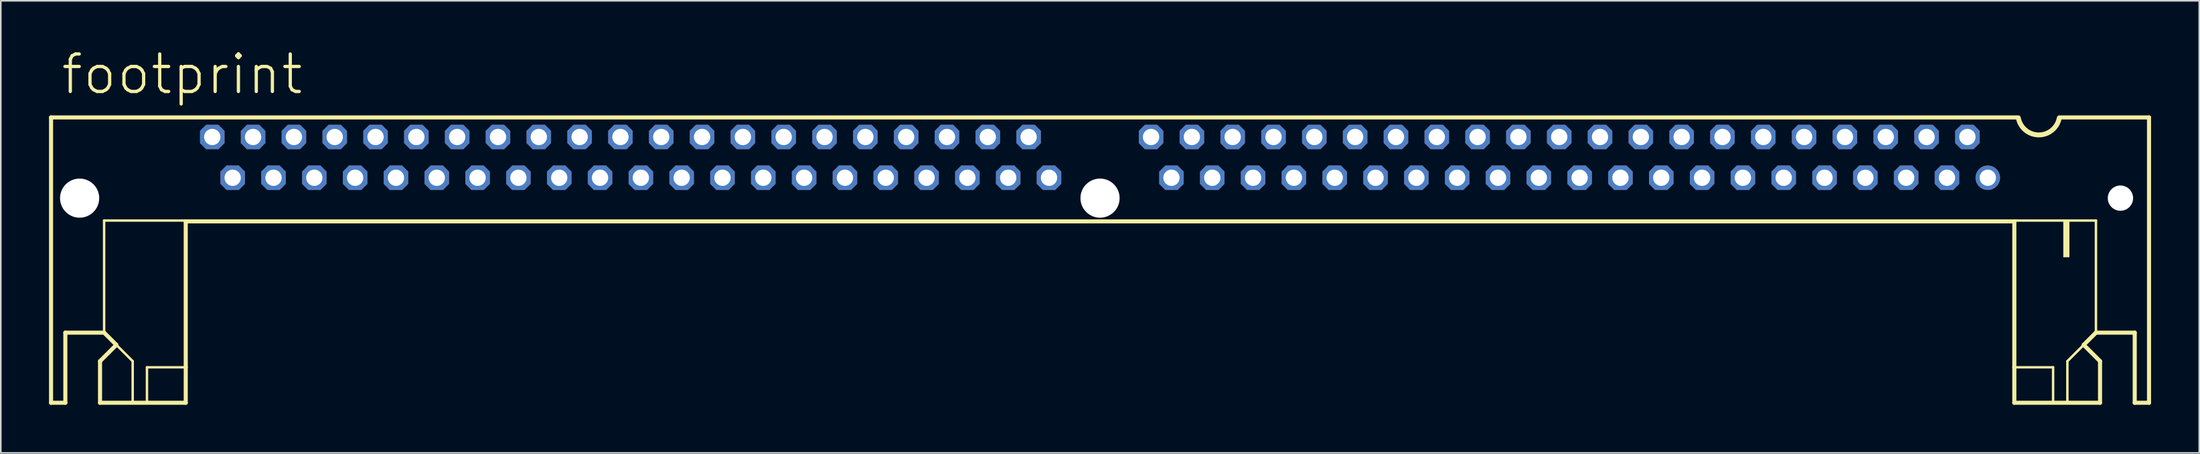
<source format=kicad_pcb>
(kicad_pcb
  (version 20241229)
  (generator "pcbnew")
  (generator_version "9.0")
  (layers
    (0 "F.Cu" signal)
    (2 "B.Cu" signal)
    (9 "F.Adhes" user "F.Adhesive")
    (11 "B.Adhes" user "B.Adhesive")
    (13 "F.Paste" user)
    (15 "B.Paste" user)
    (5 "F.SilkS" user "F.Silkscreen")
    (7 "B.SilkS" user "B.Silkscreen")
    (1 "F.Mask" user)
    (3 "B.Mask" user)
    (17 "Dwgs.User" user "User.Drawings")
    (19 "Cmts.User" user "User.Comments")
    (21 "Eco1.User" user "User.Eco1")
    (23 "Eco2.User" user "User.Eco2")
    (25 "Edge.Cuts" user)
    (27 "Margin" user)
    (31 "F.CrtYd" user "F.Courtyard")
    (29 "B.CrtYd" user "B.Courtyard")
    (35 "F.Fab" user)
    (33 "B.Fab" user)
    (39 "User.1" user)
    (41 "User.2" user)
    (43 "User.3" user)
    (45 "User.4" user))
  (footprint "footprint"
    (layer "F.Cu")
    (at 65.405 6.756)
    (property "Reference" "footprint" (at -64.77 -3.81 0) (layer "F.SilkS") (effects (font (size 2.337 2.337) (thickness 0.203)) (justify left bottom)))
    (fp_line (start -65.278 -2.489) (end 57.15 -2.489) (stroke (width 0.254) (type solid)) (layer "F.SilkS"))
    (fp_line (start -65.278 15.291) (end -65.278 -2.489) (stroke (width 0.254) (type solid)) (layer "F.SilkS"))
    (fp_line (start -64.389 10.922) (end -64.389 15.291) (stroke (width 0.254) (type solid)) (layer "F.SilkS"))
    (fp_line (start -64.389 15.291) (end -65.278 15.291) (stroke (width 0.254) (type solid)) (layer "F.SilkS"))
    (fp_line (start -62.23 12.7) (end -61.214 11.684) (stroke (width 0.254) (type solid)) (layer "F.SilkS"))
    (fp_line (start -62.23 15.291) (end -62.23 12.7) (stroke (width 0.254) (type solid)) (layer "F.SilkS"))
    (fp_line (start -61.976 3.937) (end -61.976 10.922) (stroke (width 0.152) (type solid)) (layer "F.SilkS"))
    (fp_line (start -61.976 10.922) (end -64.389 10.922) (stroke (width 0.254) (type solid)) (layer "F.SilkS"))
    (fp_line (start -61.214 11.684) (end -61.976 10.922) (stroke (width 0.254) (type solid)) (layer "F.SilkS"))
    (fp_line (start -61.214 11.684) (end -60.198 12.7) (stroke (width 0.152) (type solid)) (layer "F.SilkS"))
    (fp_line (start -60.198 12.7) (end -60.198 15.24) (stroke (width 0.152) (type solid)) (layer "F.SilkS"))
    (fp_line (start -59.309 13.081) (end -59.309 15.24) (stroke (width 0.152) (type solid)) (layer "F.SilkS"))
    (fp_line (start -59.309 13.081) (end -56.896 13.081) (stroke (width 0.152) (type solid)) (layer "F.SilkS"))
    (fp_line (start -56.896 3.937) (end -61.976 3.937) (stroke (width 0.152) (type solid)) (layer "F.SilkS"))
    (fp_line (start -56.896 3.988) (end -56.896 13.081) (stroke (width 0.254) (type solid)) (layer "F.SilkS"))
    (fp_line (start -56.896 13.081) (end -56.896 15.291) (stroke (width 0.254) (type solid)) (layer "F.SilkS"))
    (fp_line (start -56.896 15.291) (end -62.23 15.291) (stroke (width 0.254) (type solid)) (layer "F.SilkS"))
    (fp_line (start 56.896 3.937) (end 61.976 3.937) (stroke (width 0.152) (type solid)) (layer "F.SilkS"))
    (fp_line (start 56.896 3.988) (end -56.896 3.988) (stroke (width 0.254) (type solid)) (layer "F.SilkS"))
    (fp_line (start 56.896 3.988) (end 56.896 13.081) (stroke (width 0.254) (type solid)) (layer "F.SilkS"))
    (fp_line (start 56.896 13.081) (end 56.896 15.291) (stroke (width 0.254) (type solid)) (layer "F.SilkS"))
    (fp_line (start 56.896 15.291) (end 62.23 15.291) (stroke (width 0.254) (type solid)) (layer "F.SilkS"))
    (fp_line (start 59.309 13.081) (end 56.896 13.081) (stroke (width 0.152) (type solid)) (layer "F.SilkS"))
    (fp_line (start 59.309 13.081) (end 59.309 15.24) (stroke (width 0.152) (type solid)) (layer "F.SilkS"))
    (fp_line (start 59.69 -2.489) (end 65.278 -2.489) (stroke (width 0.254) (type solid)) (layer "F.SilkS"))
    (fp_line (start 60.198 12.7) (end 60.198 15.24) (stroke (width 0.152) (type solid)) (layer "F.SilkS"))
    (fp_line (start 61.214 11.684) (end 60.198 12.7) (stroke (width 0.152) (type solid)) (layer "F.SilkS"))
    (fp_line (start 61.214 11.684) (end 61.976 10.922) (stroke (width 0.254) (type solid)) (layer "F.SilkS"))
    (fp_line (start 61.976 3.937) (end 61.976 10.922) (stroke (width 0.152) (type solid)) (layer "F.SilkS"))
    (fp_line (start 61.976 10.922) (end 64.389 10.922) (stroke (width 0.254) (type solid)) (layer "F.SilkS"))
    (fp_line (start 62.23 12.7) (end 61.214 11.684) (stroke (width 0.254) (type solid)) (layer "F.SilkS"))
    (fp_line (start 62.23 15.291) (end 62.23 12.7) (stroke (width 0.254) (type solid)) (layer "F.SilkS"))
    (fp_line (start 64.389 10.922) (end 64.389 15.291) (stroke (width 0.254) (type solid)) (layer "F.SilkS"))
    (fp_line (start 64.389 15.291) (end 65.278 15.291) (stroke (width 0.254) (type solid)) (layer "F.SilkS"))
    (fp_line (start 65.278 15.291) (end 65.278 -2.489) (stroke (width 0.254) (type solid)) (layer "F.SilkS"))
    (fp_arc (start 59.69 -2.44) (mid 58.42 -1.398849) (end 57.15 -2.44) (stroke (width 0.3048) (type solid)) (layer "F.SilkS"))
    (fp_poly (pts (xy 59.944 6.223) (xy 60.325 6.223) (xy 60.325 3.937) (xy 59.944 3.937)) (stroke (width 0) (type solid)) (fill yes) (layer "F.SilkS"))
    (pad "" np_thru_hole circle (at -63.5 2.54) (size 2.438 2.438) (drill 2.438) (layers "*.Cu" "*.Mask"))
    (pad "" np_thru_hole circle (at 0 2.54) (size 2.438 2.438) (drill 2.438) (layers "*.Cu" "*.Mask"))
    (pad "" np_thru_hole circle (at 63.5 2.54) (size 1.575 1.575) (drill 1.575) (layers "*.Cu" "*.Mask"))
    (pad "1" thru_hole circle (at 55.245 1.27) (size 1.524 1.524) (drill 1.016) (layers "*.Cu" "*.Mask"))
    (pad "2" thru_hole roundrect (at 53.975 -1.27) (size 1.524 1.524) (drill 1.016) (layers "*.Cu" "*.Mask") (roundrect_rratio 0.25) (chamfer_ratio 0.25) (chamfer top_left top_right bottom_left bottom_right))
    (pad "3" thru_hole roundrect (at 52.705 1.27) (size 1.524 1.524) (drill 1.016) (layers "*.Cu" "*.Mask") (roundrect_rratio 0.25) (chamfer_ratio 0.25) (chamfer top_left top_right bottom_left bottom_right))
    (pad "4" thru_hole roundrect (at 51.435 -1.27) (size 1.524 1.524) (drill 1.016) (layers "*.Cu" "*.Mask") (roundrect_rratio 0.25) (chamfer_ratio 0.25) (chamfer top_left top_right bottom_left bottom_right))
    (pad "5" thru_hole roundrect (at 50.165 1.27) (size 1.524 1.524) (drill 1.016) (layers "*.Cu" "*.Mask") (roundrect_rratio 0.25) (chamfer_ratio 0.25) (chamfer top_left top_right bottom_left bottom_right))
    (pad "6" thru_hole roundrect (at 48.895 -1.27) (size 1.524 1.524) (drill 1.016) (layers "*.Cu" "*.Mask") (roundrect_rratio 0.25) (chamfer_ratio 0.25) (chamfer top_left top_right bottom_left bottom_right))
    (pad "7" thru_hole roundrect (at 47.625 1.27) (size 1.524 1.524) (drill 1.016) (layers "*.Cu" "*.Mask") (roundrect_rratio 0.25) (chamfer_ratio 0.25) (chamfer top_left top_right bottom_left bottom_right))
    (pad "8" thru_hole roundrect (at 46.355 -1.27) (size 1.524 1.524) (drill 1.016) (layers "*.Cu" "*.Mask") (roundrect_rratio 0.25) (chamfer_ratio 0.25) (chamfer top_left top_right bottom_left bottom_right))
    (pad "9" thru_hole roundrect (at 45.085 1.27) (size 1.524 1.524) (drill 1.016) (layers "*.Cu" "*.Mask") (roundrect_rratio 0.25) (chamfer_ratio 0.25) (chamfer top_left top_right bottom_left bottom_right))
    (pad "10" thru_hole roundrect (at 43.815 -1.27) (size 1.524 1.524) (drill 1.016) (layers "*.Cu" "*.Mask") (roundrect_rratio 0.25) (chamfer_ratio 0.25) (chamfer top_left top_right bottom_left bottom_right))
    (pad "11" thru_hole roundrect (at 42.545 1.27) (size 1.524 1.524) (drill 1.016) (layers "*.Cu" "*.Mask") (roundrect_rratio 0.25) (chamfer_ratio 0.25) (chamfer top_left top_right bottom_left bottom_right))
    (pad "12" thru_hole roundrect (at 41.275 -1.27) (size 1.524 1.524) (drill 1.016) (layers "*.Cu" "*.Mask") (roundrect_rratio 0.25) (chamfer_ratio 0.25) (chamfer top_left top_right bottom_left bottom_right))
    (pad "13" thru_hole roundrect (at 40.005 1.27) (size 1.524 1.524) (drill 1.016) (layers "*.Cu" "*.Mask") (roundrect_rratio 0.25) (chamfer_ratio 0.25) (chamfer top_left top_right bottom_left bottom_right))
    (pad "14" thru_hole roundrect (at 38.735 -1.27) (size 1.524 1.524) (drill 1.016) (layers "*.Cu" "*.Mask") (roundrect_rratio 0.25) (chamfer_ratio 0.25) (chamfer top_left top_right bottom_left bottom_right))
    (pad "15" thru_hole roundrect (at 37.465 1.27) (size 1.524 1.524) (drill 1.016) (layers "*.Cu" "*.Mask") (roundrect_rratio 0.25) (chamfer_ratio 0.25) (chamfer top_left top_right bottom_left bottom_right))
    (pad "16" thru_hole roundrect (at 36.195 -1.27) (size 1.524 1.524) (drill 1.016) (layers "*.Cu" "*.Mask") (roundrect_rratio 0.25) (chamfer_ratio 0.25) (chamfer top_left top_right bottom_left bottom_right))
    (pad "17" thru_hole roundrect (at 34.925 1.27) (size 1.524 1.524) (drill 1.016) (layers "*.Cu" "*.Mask") (roundrect_rratio 0.25) (chamfer_ratio 0.25) (chamfer top_left top_right bottom_left bottom_right))
    (pad "18" thru_hole roundrect (at 33.655 -1.27) (size 1.524 1.524) (drill 1.016) (layers "*.Cu" "*.Mask") (roundrect_rratio 0.25) (chamfer_ratio 0.25) (chamfer top_left top_right bottom_left bottom_right))
    (pad "19" thru_hole roundrect (at 32.385 1.27) (size 1.524 1.524) (drill 1.016) (layers "*.Cu" "*.Mask") (roundrect_rratio 0.25) (chamfer_ratio 0.25) (chamfer top_left top_right bottom_left bottom_right))
    (pad "20" thru_hole roundrect (at 31.115 -1.27) (size 1.524 1.524) (drill 1.016) (layers "*.Cu" "*.Mask") (roundrect_rratio 0.25) (chamfer_ratio 0.25) (chamfer top_left top_right bottom_left bottom_right))
    (pad "21" thru_hole roundrect (at 29.845 1.27) (size 1.524 1.524) (drill 1.016) (layers "*.Cu" "*.Mask") (roundrect_rratio 0.25) (chamfer_ratio 0.25) (chamfer top_left top_right bottom_left bottom_right))
    (pad "22" thru_hole roundrect (at 28.575 -1.27) (size 1.524 1.524) (drill 1.016) (layers "*.Cu" "*.Mask") (roundrect_rratio 0.25) (chamfer_ratio 0.25) (chamfer top_left top_right bottom_left bottom_right))
    (pad "23" thru_hole roundrect (at 27.305 1.27) (size 1.524 1.524) (drill 1.016) (layers "*.Cu" "*.Mask") (roundrect_rratio 0.25) (chamfer_ratio 0.25) (chamfer top_left top_right bottom_left bottom_right))
    (pad "24" thru_hole roundrect (at 26.035 -1.27) (size 1.524 1.524) (drill 1.016) (layers "*.Cu" "*.Mask") (roundrect_rratio 0.25) (chamfer_ratio 0.25) (chamfer top_left top_right bottom_left bottom_right))
    (pad "25" thru_hole roundrect (at 24.765 1.27) (size 1.524 1.524) (drill 1.016) (layers "*.Cu" "*.Mask") (roundrect_rratio 0.25) (chamfer_ratio 0.25) (chamfer top_left top_right bottom_left bottom_right))
    (pad "26" thru_hole roundrect (at 23.495 -1.27) (size 1.524 1.524) (drill 1.016) (layers "*.Cu" "*.Mask") (roundrect_rratio 0.25) (chamfer_ratio 0.25) (chamfer top_left top_right bottom_left bottom_right))
    (pad "27" thru_hole roundrect (at 22.225 1.27) (size 1.524 1.524) (drill 1.016) (layers "*.Cu" "*.Mask") (roundrect_rratio 0.25) (chamfer_ratio 0.25) (chamfer top_left top_right bottom_left bottom_right))
    (pad "28" thru_hole roundrect (at 20.955 -1.27) (size 1.524 1.524) (drill 1.016) (layers "*.Cu" "*.Mask") (roundrect_rratio 0.25) (chamfer_ratio 0.25) (chamfer top_left top_right bottom_left bottom_right))
    (pad "29" thru_hole roundrect (at 19.685 1.27) (size 1.524 1.524) (drill 1.016) (layers "*.Cu" "*.Mask") (roundrect_rratio 0.25) (chamfer_ratio 0.25) (chamfer top_left top_right bottom_left bottom_right))
    (pad "30" thru_hole roundrect (at 18.415 -1.27) (size 1.524 1.524) (drill 1.016) (layers "*.Cu" "*.Mask") (roundrect_rratio 0.25) (chamfer_ratio 0.25) (chamfer top_left top_right bottom_left bottom_right))
    (pad "31" thru_hole roundrect (at 17.145 1.27) (size 1.524 1.524) (drill 1.016) (layers "*.Cu" "*.Mask") (roundrect_rratio 0.25) (chamfer_ratio 0.25) (chamfer top_left top_right bottom_left bottom_right))
    (pad "32" thru_hole roundrect (at 15.875 -1.27) (size 1.524 1.524) (drill 1.016) (layers "*.Cu" "*.Mask") (roundrect_rratio 0.25) (chamfer_ratio 0.25) (chamfer top_left top_right bottom_left bottom_right))
    (pad "33" thru_hole roundrect (at 14.605 1.27) (size 1.524 1.524) (drill 1.016) (layers "*.Cu" "*.Mask") (roundrect_rratio 0.25) (chamfer_ratio 0.25) (chamfer top_left top_right bottom_left bottom_right))
    (pad "34" thru_hole roundrect (at 13.335 -1.27) (size 1.524 1.524) (drill 1.016) (layers "*.Cu" "*.Mask") (roundrect_rratio 0.25) (chamfer_ratio 0.25) (chamfer top_left top_right bottom_left bottom_right))
    (pad "35" thru_hole roundrect (at 12.065 1.27) (size 1.524 1.524) (drill 1.016) (layers "*.Cu" "*.Mask") (roundrect_rratio 0.25) (chamfer_ratio 0.25) (chamfer top_left top_right bottom_left bottom_right))
    (pad "36" thru_hole roundrect (at 10.795 -1.27) (size 1.524 1.524) (drill 1.016) (layers "*.Cu" "*.Mask") (roundrect_rratio 0.25) (chamfer_ratio 0.25) (chamfer top_left top_right bottom_left bottom_right))
    (pad "37" thru_hole roundrect (at 9.525 1.27) (size 1.524 1.524) (drill 1.016) (layers "*.Cu" "*.Mask") (roundrect_rratio 0.25) (chamfer_ratio 0.25) (chamfer top_left top_right bottom_left bottom_right))
    (pad "38" thru_hole roundrect (at 8.255 -1.27) (size 1.524 1.524) (drill 1.016) (layers "*.Cu" "*.Mask") (roundrect_rratio 0.25) (chamfer_ratio 0.25) (chamfer top_left top_right bottom_left bottom_right))
    (pad "39" thru_hole roundrect (at 6.985 1.27) (size 1.524 1.524) (drill 1.016) (layers "*.Cu" "*.Mask") (roundrect_rratio 0.25) (chamfer_ratio 0.25) (chamfer top_left top_right bottom_left bottom_right))
    (pad "40" thru_hole roundrect (at 5.715 -1.27) (size 1.524 1.524) (drill 1.016) (layers "*.Cu" "*.Mask") (roundrect_rratio 0.25) (chamfer_ratio 0.25) (chamfer top_left top_right bottom_left bottom_right))
    (pad "41" thru_hole roundrect (at 4.445 1.27) (size 1.524 1.524) (drill 1.016) (layers "*.Cu" "*.Mask") (roundrect_rratio 0.25) (chamfer_ratio 0.25) (chamfer top_left top_right bottom_left bottom_right))
    (pad "42" thru_hole roundrect (at 3.175 -1.27) (size 1.524 1.524) (drill 1.016) (layers "*.Cu" "*.Mask") (roundrect_rratio 0.25) (chamfer_ratio 0.25) (chamfer top_left top_right bottom_left bottom_right))
    (pad "43" thru_hole roundrect (at -3.175 1.27) (size 1.524 1.524) (drill 1.016) (layers "*.Cu" "*.Mask") (roundrect_rratio 0.25) (chamfer_ratio 0.25) (chamfer top_left top_right bottom_left bottom_right))
    (pad "44" thru_hole roundrect (at -4.445 -1.27) (size 1.524 1.524) (drill 1.016) (layers "*.Cu" "*.Mask") (roundrect_rratio 0.25) (chamfer_ratio 0.25) (chamfer top_left top_right bottom_left bottom_right))
    (pad "45" thru_hole roundrect (at -5.715 1.27) (size 1.524 1.524) (drill 1.016) (layers "*.Cu" "*.Mask") (roundrect_rratio 0.25) (chamfer_ratio 0.25) (chamfer top_left top_right bottom_left bottom_right))
    (pad "46" thru_hole roundrect (at -6.985 -1.27) (size 1.524 1.524) (drill 1.016) (layers "*.Cu" "*.Mask") (roundrect_rratio 0.25) (chamfer_ratio 0.25) (chamfer top_left top_right bottom_left bottom_right))
    (pad "47" thru_hole roundrect (at -8.255 1.27) (size 1.524 1.524) (drill 1.016) (layers "*.Cu" "*.Mask") (roundrect_rratio 0.25) (chamfer_ratio 0.25) (chamfer top_left top_right bottom_left bottom_right))
    (pad "48" thru_hole roundrect (at -9.525 -1.27) (size 1.524 1.524) (drill 1.016) (layers "*.Cu" "*.Mask") (roundrect_rratio 0.25) (chamfer_ratio 0.25) (chamfer top_left top_right bottom_left bottom_right))
    (pad "49" thru_hole roundrect (at -10.795 1.27) (size 1.524 1.524) (drill 1.016) (layers "*.Cu" "*.Mask") (roundrect_rratio 0.25) (chamfer_ratio 0.25) (chamfer top_left top_right bottom_left bottom_right))
    (pad "50" thru_hole roundrect (at -12.065 -1.27) (size 1.524 1.524) (drill 1.016) (layers "*.Cu" "*.Mask") (roundrect_rratio 0.25) (chamfer_ratio 0.25) (chamfer top_left top_right bottom_left bottom_right))
    (pad "51" thru_hole roundrect (at -13.335 1.27) (size 1.524 1.524) (drill 1.016) (layers "*.Cu" "*.Mask") (roundrect_rratio 0.25) (chamfer_ratio 0.25) (chamfer top_left top_right bottom_left bottom_right))
    (pad "52" thru_hole roundrect (at -14.605 -1.27) (size 1.524 1.524) (drill 1.016) (layers "*.Cu" "*.Mask") (roundrect_rratio 0.25) (chamfer_ratio 0.25) (chamfer top_left top_right bottom_left bottom_right))
    (pad "53" thru_hole roundrect (at -15.875 1.27) (size 1.524 1.524) (drill 1.016) (layers "*.Cu" "*.Mask") (roundrect_rratio 0.25) (chamfer_ratio 0.25) (chamfer top_left top_right bottom_left bottom_right))
    (pad "54" thru_hole roundrect (at -17.145 -1.27) (size 1.524 1.524) (drill 1.016) (layers "*.Cu" "*.Mask") (roundrect_rratio 0.25) (chamfer_ratio 0.25) (chamfer top_left top_right bottom_left bottom_right))
    (pad "55" thru_hole roundrect (at -18.415 1.27) (size 1.524 1.524) (drill 1.016) (layers "*.Cu" "*.Mask") (roundrect_rratio 0.25) (chamfer_ratio 0.25) (chamfer top_left top_right bottom_left bottom_right))
    (pad "56" thru_hole roundrect (at -19.685 -1.27) (size 1.524 1.524) (drill 1.016) (layers "*.Cu" "*.Mask") (roundrect_rratio 0.25) (chamfer_ratio 0.25) (chamfer top_left top_right bottom_left bottom_right))
    (pad "57" thru_hole roundrect (at -20.955 1.27) (size 1.524 1.524) (drill 1.016) (layers "*.Cu" "*.Mask") (roundrect_rratio 0.25) (chamfer_ratio 0.25) (chamfer top_left top_right bottom_left bottom_right))
    (pad "58" thru_hole roundrect (at -22.225 -1.27) (size 1.524 1.524) (drill 1.016) (layers "*.Cu" "*.Mask") (roundrect_rratio 0.25) (chamfer_ratio 0.25) (chamfer top_left top_right bottom_left bottom_right))
    (pad "59" thru_hole roundrect (at -23.495 1.27) (size 1.524 1.524) (drill 1.016) (layers "*.Cu" "*.Mask") (roundrect_rratio 0.25) (chamfer_ratio 0.25) (chamfer top_left top_right bottom_left bottom_right))
    (pad "60" thru_hole roundrect (at -24.765 -1.27) (size 1.524 1.524) (drill 1.016) (layers "*.Cu" "*.Mask") (roundrect_rratio 0.25) (chamfer_ratio 0.25) (chamfer top_left top_right bottom_left bottom_right))
    (pad "61" thru_hole roundrect (at -26.035 1.27) (size 1.524 1.524) (drill 1.016) (layers "*.Cu" "*.Mask") (roundrect_rratio 0.25) (chamfer_ratio 0.25) (chamfer top_left top_right bottom_left bottom_right))
    (pad "62" thru_hole roundrect (at -27.305 -1.27) (size 1.524 1.524) (drill 1.016) (layers "*.Cu" "*.Mask") (roundrect_rratio 0.25) (chamfer_ratio 0.25) (chamfer top_left top_right bottom_left bottom_right))
    (pad "63" thru_hole roundrect (at -28.575 1.27) (size 1.524 1.524) (drill 1.016) (layers "*.Cu" "*.Mask") (roundrect_rratio 0.25) (chamfer_ratio 0.25) (chamfer top_left top_right bottom_left bottom_right))
    (pad "64" thru_hole roundrect (at -29.845 -1.27) (size 1.524 1.524) (drill 1.016) (layers "*.Cu" "*.Mask") (roundrect_rratio 0.25) (chamfer_ratio 0.25) (chamfer top_left top_right bottom_left bottom_right))
    (pad "65" thru_hole roundrect (at -31.115 1.27) (size 1.524 1.524) (drill 1.016) (layers "*.Cu" "*.Mask") (roundrect_rratio 0.25) (chamfer_ratio 0.25) (chamfer top_left top_right bottom_left bottom_right))
    (pad "66" thru_hole roundrect (at -32.385 -1.27) (size 1.524 1.524) (drill 1.016) (layers "*.Cu" "*.Mask") (roundrect_rratio 0.25) (chamfer_ratio 0.25) (chamfer top_left top_right bottom_left bottom_right))
    (pad "67" thru_hole roundrect (at -33.655 1.27) (size 1.524 1.524) (drill 1.016) (layers "*.Cu" "*.Mask") (roundrect_rratio 0.25) (chamfer_ratio 0.25) (chamfer top_left top_right bottom_left bottom_right))
    (pad "68" thru_hole roundrect (at -34.925 -1.27) (size 1.524 1.524) (drill 1.016) (layers "*.Cu" "*.Mask") (roundrect_rratio 0.25) (chamfer_ratio 0.25) (chamfer top_left top_right bottom_left bottom_right))
    (pad "69" thru_hole roundrect (at -36.195 1.27) (size 1.524 1.524) (drill 1.016) (layers "*.Cu" "*.Mask") (roundrect_rratio 0.25) (chamfer_ratio 0.25) (chamfer top_left top_right bottom_left bottom_right))
    (pad "70" thru_hole roundrect (at -37.465 -1.27) (size 1.524 1.524) (drill 1.016) (layers "*.Cu" "*.Mask") (roundrect_rratio 0.25) (chamfer_ratio 0.25) (chamfer top_left top_right bottom_left bottom_right))
    (pad "71" thru_hole roundrect (at -38.735 1.27) (size 1.524 1.524) (drill 1.016) (layers "*.Cu" "*.Mask") (roundrect_rratio 0.25) (chamfer_ratio 0.25) (chamfer top_left top_right bottom_left bottom_right))
    (pad "72" thru_hole roundrect (at -40.005 -1.27) (size 1.524 1.524) (drill 1.016) (layers "*.Cu" "*.Mask") (roundrect_rratio 0.25) (chamfer_ratio 0.25) (chamfer top_left top_right bottom_left bottom_right))
    (pad "73" thru_hole roundrect (at -41.275 1.27) (size 1.524 1.524) (drill 1.016) (layers "*.Cu" "*.Mask") (roundrect_rratio 0.25) (chamfer_ratio 0.25) (chamfer top_left top_right bottom_left bottom_right))
    (pad "74" thru_hole roundrect (at -42.545 -1.27) (size 1.524 1.524) (drill 1.016) (layers "*.Cu" "*.Mask") (roundrect_rratio 0.25) (chamfer_ratio 0.25) (chamfer top_left top_right bottom_left bottom_right))
    (pad "75" thru_hole roundrect (at -43.815 1.27) (size 1.524 1.524) (drill 1.016) (layers "*.Cu" "*.Mask") (roundrect_rratio 0.25) (chamfer_ratio 0.25) (chamfer top_left top_right bottom_left bottom_right))
    (pad "76" thru_hole roundrect (at -45.085 -1.27) (size 1.524 1.524) (drill 1.016) (layers "*.Cu" "*.Mask") (roundrect_rratio 0.25) (chamfer_ratio 0.25) (chamfer top_left top_right bottom_left bottom_right))
    (pad "77" thru_hole roundrect (at -46.355 1.27) (size 1.524 1.524) (drill 1.016) (layers "*.Cu" "*.Mask") (roundrect_rratio 0.25) (chamfer_ratio 0.25) (chamfer top_left top_right bottom_left bottom_right))
    (pad "78" thru_hole roundrect (at -47.625 -1.27) (size 1.524 1.524) (drill 1.016) (layers "*.Cu" "*.Mask") (roundrect_rratio 0.25) (chamfer_ratio 0.25) (chamfer top_left top_right bottom_left bottom_right))
    (pad "79" thru_hole roundrect (at -48.895 1.27) (size 1.524 1.524) (drill 1.016) (layers "*.Cu" "*.Mask") (roundrect_rratio 0.25) (chamfer_ratio 0.25) (chamfer top_left top_right bottom_left bottom_right))
    (pad "80" thru_hole roundrect (at -50.165 -1.27) (size 1.524 1.524) (drill 1.016) (layers "*.Cu" "*.Mask") (roundrect_rratio 0.25) (chamfer_ratio 0.25) (chamfer top_left top_right bottom_left bottom_right))
    (pad "81" thru_hole roundrect (at -51.435 1.27) (size 1.524 1.524) (drill 1.016) (layers "*.Cu" "*.Mask") (roundrect_rratio 0.25) (chamfer_ratio 0.25) (chamfer top_left top_right bottom_left bottom_right))
    (pad "82" thru_hole roundrect (at -52.705 -1.27) (size 1.524 1.524) (drill 1.016) (layers "*.Cu" "*.Mask") (roundrect_rratio 0.25) (chamfer_ratio 0.25) (chamfer top_left top_right bottom_left bottom_right))
    (pad "83" thru_hole roundrect (at -53.975 1.27) (size 1.524 1.524) (drill 1.016) (layers "*.Cu" "*.Mask") (roundrect_rratio 0.25) (chamfer_ratio 0.25) (chamfer top_left top_right bottom_left bottom_right))
    (pad "84" thru_hole roundrect (at -55.245 -1.27) (size 1.524 1.524) (drill 1.016) (layers "*.Cu" "*.Mask") (roundrect_rratio 0.25) (chamfer_ratio 0.25) (chamfer top_left top_right bottom_left bottom_right)))
  (gr_rect
    (start -3 -3)
    (end 133.81 25.174)
    (stroke (width 0.1) (type default))
    (fill no)
    (layer "Edge.Cuts")))
</source>
